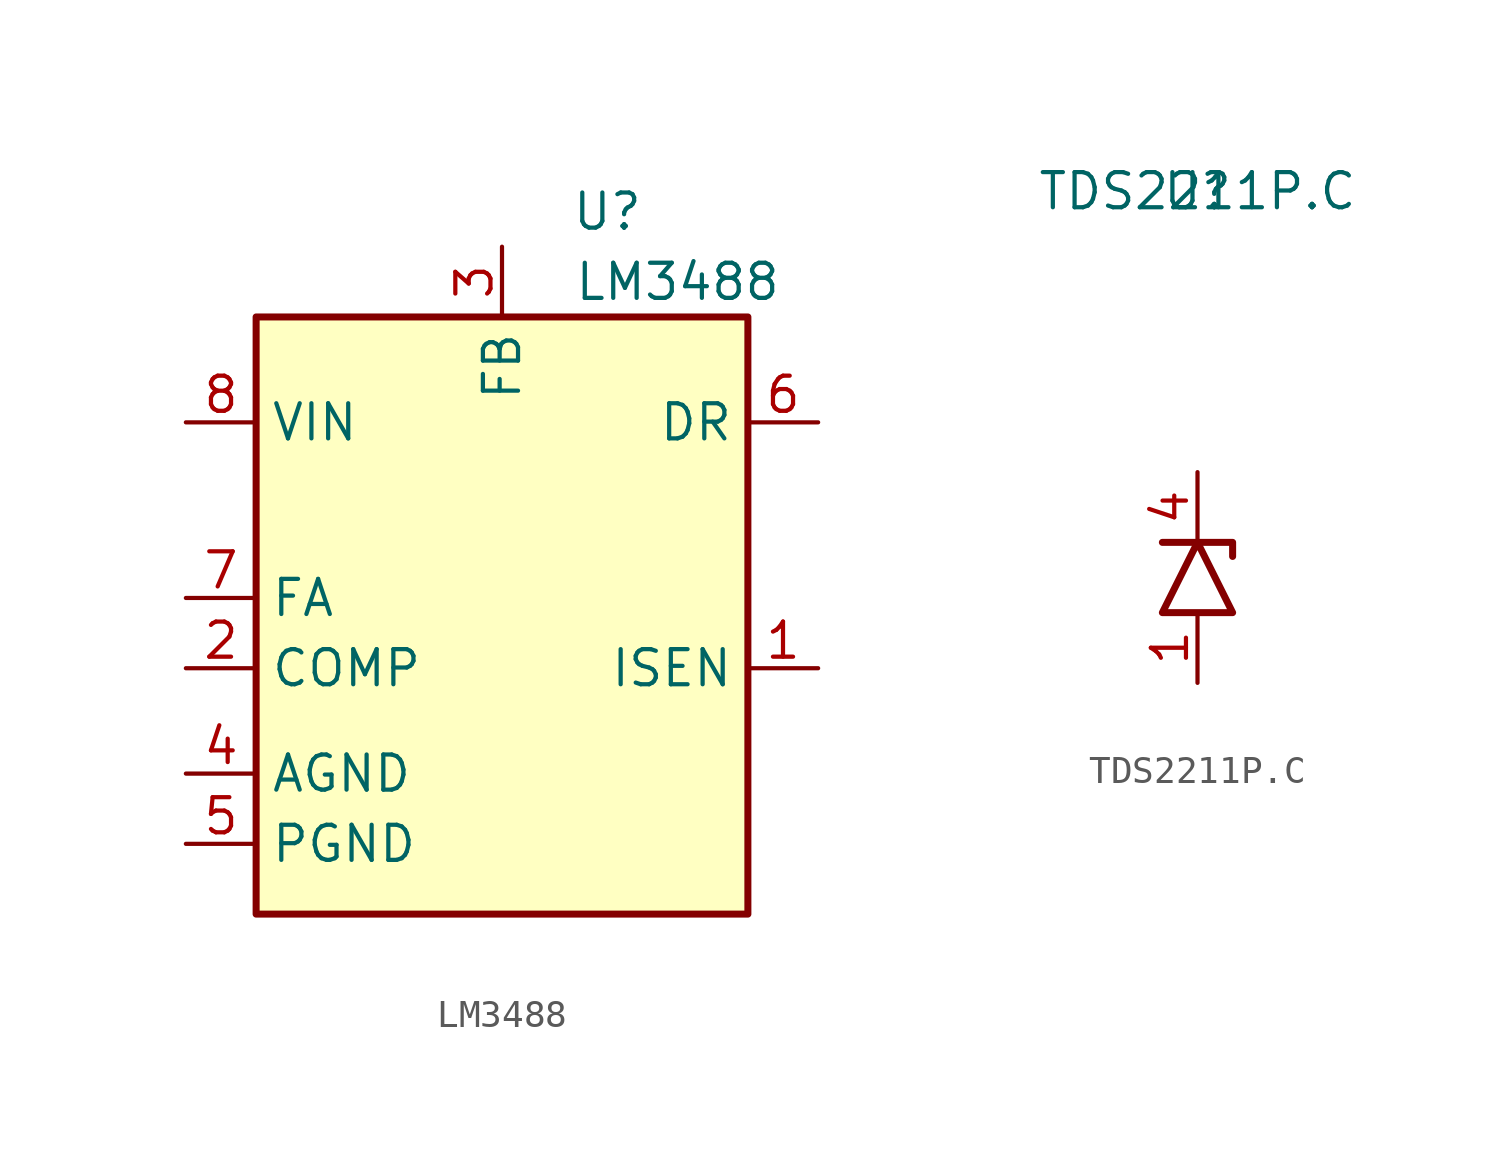
<source format=kicad_sym>
(kicad_symbol_lib
  (version 20211014)
  (generator kicad_symbol_editor)
  (symbol "LM3488"
    (property "Reference" "U"
      (at 8.89 6.35 0)
      (effects (font (size 1.27 1.27))))
    (property "Value" "LM3488"
      (at 11.43 3.81 0)
      (effects (font (size 1.27 1.27))))
    (symbol "LM3488_0_1"
      (rectangle (start -3.81 2.54) (end 13.97 -19.05) (stroke (width 0.254) (type default) (color 0 0 0 0)) (fill (type background))))
    (symbol "LM3488_1_1"
      (pin input line (at 16.51 -10.16 180) (length 2.54) (name "ISEN" (effects (font (size 1.27 1.27)))) (number "1" (effects (font (size 1.27 1.27)))))
      (pin input line (at -6.35 -10.16 0) (length 2.54) (name "COMP" (effects (font (size 1.27 1.27)))) (number "2" (effects (font (size 1.27 1.27)))))
      (pin input line (at 5.08 5.08 270) (length 2.54) (name "FB" (effects (font (size 1.27 1.27)))) (number "3" (effects (font (size 1.27 1.27)))))
      (pin power_in line (at -6.35 -13.97 0) (length 2.54) (name "AGND" (effects (font (size 1.27 1.27)))) (number "4" (effects (font (size 1.27 1.27)))))
      (pin power_in line (at -6.35 -16.51 0) (length 2.54) (name "PGND" (effects (font (size 1.27 1.27)))) (number "5" (effects (font (size 1.27 1.27)))))
      (pin output line (at 16.51 -1.27 180) (length 2.54) (name "DR" (effects (font (size 1.27 1.27)))) (number "6" (effects (font (size 1.27 1.27)))))
      (pin input line (at -6.35 -7.62 0) (length 2.54) (name "FA" (effects (font (size 1.27 1.27)))) (number "7" (effects (font (size 1.27 1.27)))))
      (pin power_in line (at -6.35 -1.27 0) (length 2.54) (name "VIN" (effects (font (size 1.27 1.27)))) (number "8" (effects (font (size 1.27 1.27)))))))
  (symbol "TDS2211P.C"
    (property "Reference" "U"
      (at 0 13.97 0)
      (effects (font (size 1.27 1.27))))
    (property "Value" "TDS2211P.C"
      (at 0 13.97 0)
      (effects (font (size 1.27 1.27))))
    (symbol "TDS2211P.C_0_1"
      (polyline (pts (xy 1.27 0.762) (xy 1.27 1.27) (xy -1.27 1.27)) (stroke (width 0.254) (type default) (color 0 0 0 0)) (fill (type none)))
      (polyline (pts (xy 1.27 -1.27) (xy -1.27 -1.27) (xy 0 1.27) (xy 1.27 -1.27)) (stroke (width 0.254) (type default) (color 0 0 0 0)) (fill (type none))))
    (symbol "TDS2211P.C_1_1"
      (pin passive line (at 0 -3.81 90) (length 2.54) (name "" (effects (font (size 1.27 1.27)))) (number "1" (effects (font (size 1.27 1.27)))))
      (pin passive line (at 0 -3.81 90) (length 2.54) hide (name "" (effects (font (size 1.27 1.27)))) (number "2" (effects (font (size 1.27 1.27)))))
      (pin passive line (at 0 -3.81 90) (length 2.54) hide (name "" (effects (font (size 1.27 1.27)))) (number "3" (effects (font (size 1.27 1.27)))))
      (pin passive line (at 0 3.81 270) (length 2.54) (name "" (effects (font (size 1.27 1.27)))) (number "4" (effects (font (size 1.27 1.27)))))
      (pin passive line (at 0 3.81 270) (length 2.54) hide (name "" (effects (font (size 1.27 1.27)))) (number "5" (effects (font (size 1.27 1.27)))))
      (pin passive line (at 0 3.81 270) (length 2.54) hide (name "" (effects (font (size 1.27 1.27)))) (number "6" (effects (font (size 1.27 1.27))))))))
</source>
